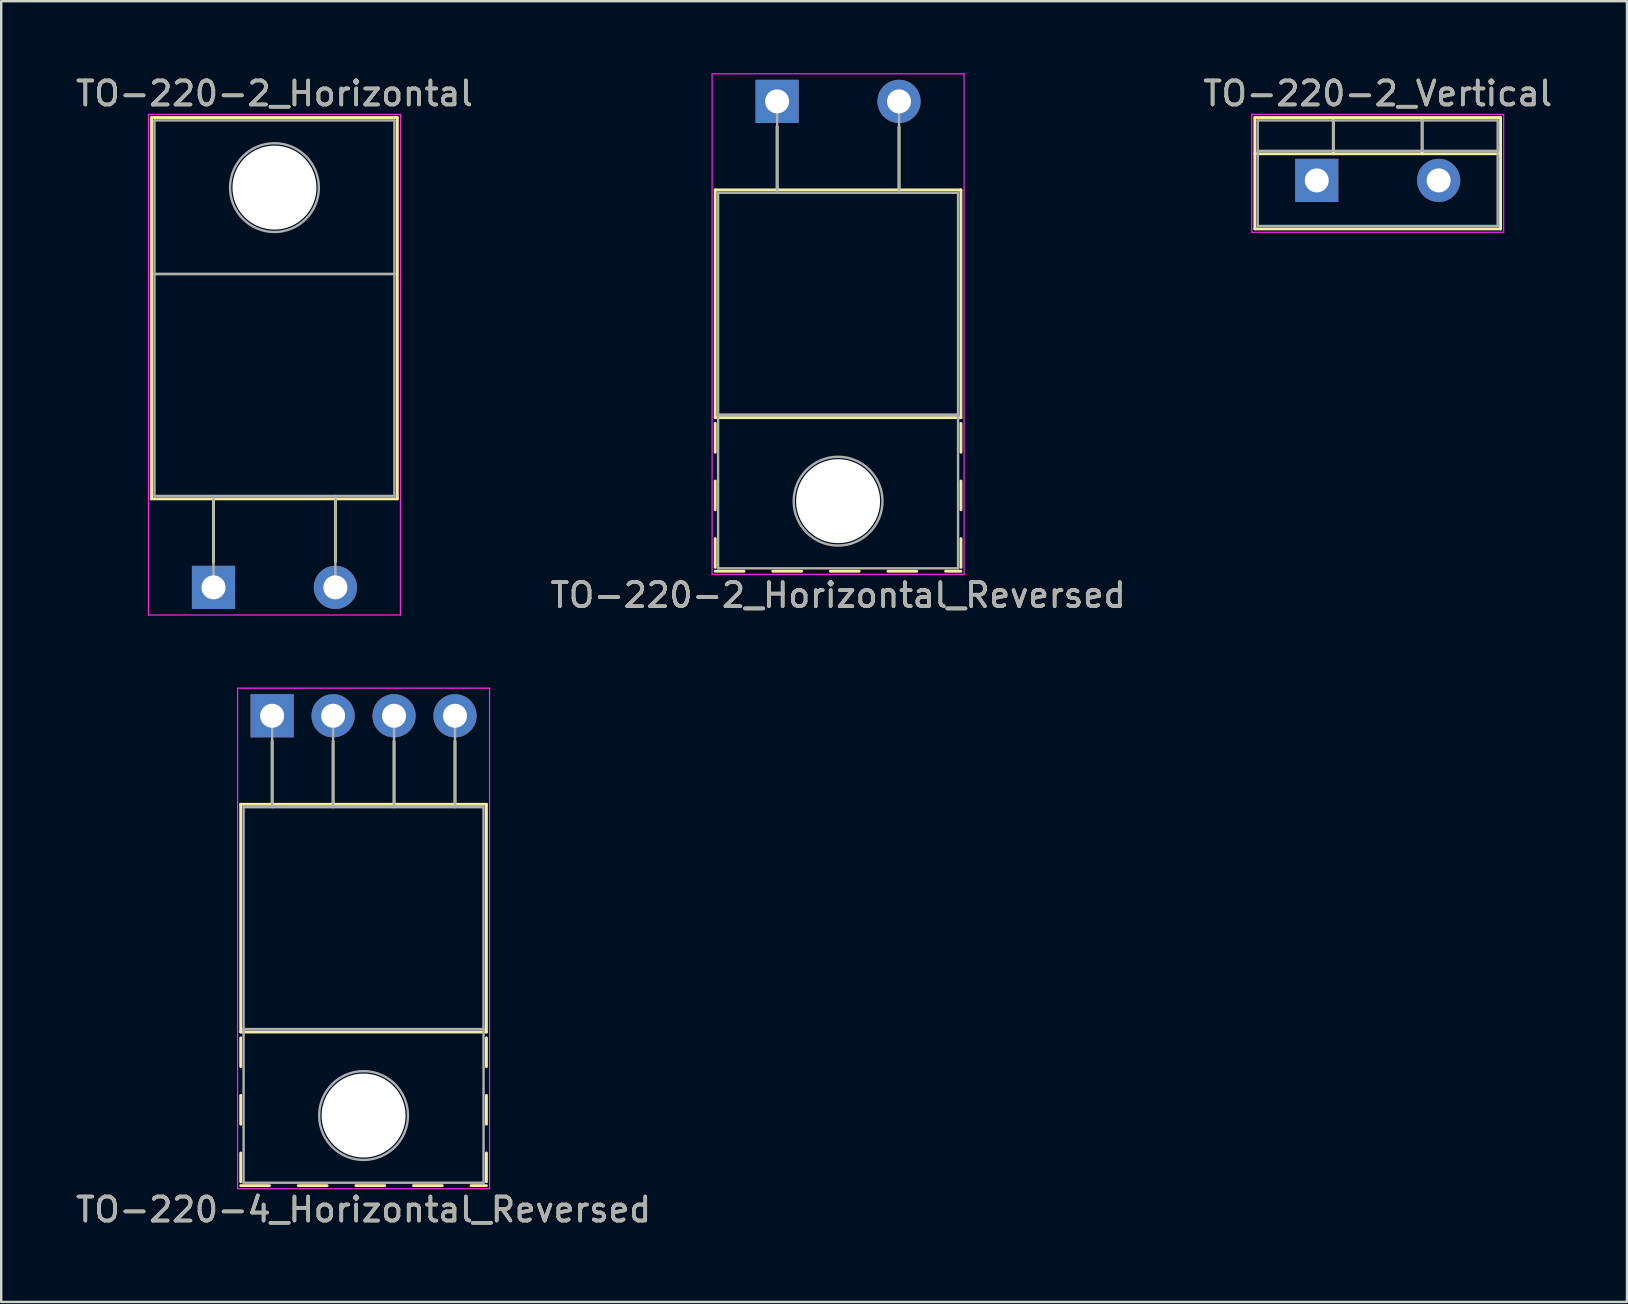
<source format=kicad_pcb>
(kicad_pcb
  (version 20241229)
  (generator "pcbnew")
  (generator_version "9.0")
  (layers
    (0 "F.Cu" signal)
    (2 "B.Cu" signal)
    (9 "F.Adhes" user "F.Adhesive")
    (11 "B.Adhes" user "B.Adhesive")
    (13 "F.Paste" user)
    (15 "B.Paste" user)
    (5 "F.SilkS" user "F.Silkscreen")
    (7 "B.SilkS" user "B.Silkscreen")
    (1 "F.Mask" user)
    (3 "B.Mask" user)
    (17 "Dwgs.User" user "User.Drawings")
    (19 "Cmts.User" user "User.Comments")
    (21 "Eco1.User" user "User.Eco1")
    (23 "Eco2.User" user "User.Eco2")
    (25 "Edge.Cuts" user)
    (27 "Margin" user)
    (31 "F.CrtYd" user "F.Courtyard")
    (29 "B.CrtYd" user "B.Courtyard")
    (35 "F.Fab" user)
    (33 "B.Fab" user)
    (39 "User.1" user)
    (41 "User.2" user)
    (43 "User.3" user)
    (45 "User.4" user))
  (footprint "TO-220-2_Vertical"
    (layer "F.Cu")
    (at 51.823 4.468)
    (property "Reference" "TO-220-2_Vertical" (at 2.54 -3.62 0) (layer "F.SilkS") (effects (font (size 1 1) (thickness 0.15))))
    (attr through_hole)
    (fp_line (start -2.58 -2.62) (end -2.58 2.021) (stroke (width 0.12) (type solid)) (layer "F.SilkS"))
    (fp_line (start -2.58 -2.62) (end 7.66 -2.62) (stroke (width 0.12) (type solid)) (layer "F.SilkS"))
    (fp_line (start -2.58 -1.11) (end 7.66 -1.11) (stroke (width 0.12) (type solid)) (layer "F.SilkS"))
    (fp_line (start -2.58 2.021) (end 7.66 2.021) (stroke (width 0.12) (type solid)) (layer "F.SilkS"))
    (fp_line (start 0.69 -2.62) (end 0.69 -1.11) (stroke (width 0.12) (type solid)) (layer "F.SilkS"))
    (fp_line (start 4.391 -2.62) (end 4.391 -1.11) (stroke (width 0.12) (type solid)) (layer "F.SilkS"))
    (fp_line (start 7.66 -2.62) (end 7.66 2.021) (stroke (width 0.12) (type solid)) (layer "F.SilkS"))
    (fp_line (start -2.71 -2.75) (end -2.71 2.16) (stroke (width 0.05) (type solid)) (layer "F.CrtYd"))
    (fp_line (start -2.71 2.16) (end 7.79 2.16) (stroke (width 0.05) (type solid)) (layer "F.CrtYd"))
    (fp_line (start 7.79 -2.75) (end -2.71 -2.75) (stroke (width 0.05) (type solid)) (layer "F.CrtYd"))
    (fp_line (start 7.79 2.16) (end 7.79 -2.75) (stroke (width 0.05) (type solid)) (layer "F.CrtYd"))
    (fp_line (start -2.46 -2.5) (end -2.46 1.9) (stroke (width 0.1) (type solid)) (layer "F.Fab"))
    (fp_line (start -2.46 -1.23) (end 7.54 -1.23) (stroke (width 0.1) (type solid)) (layer "F.Fab"))
    (fp_line (start -2.46 1.9) (end 7.54 1.9) (stroke (width 0.1) (type solid)) (layer "F.Fab"))
    (fp_line (start 0.69 -2.5) (end 0.69 -1.23) (stroke (width 0.1) (type solid)) (layer "F.Fab"))
    (fp_line (start 4.39 -2.5) (end 4.39 -1.23) (stroke (width 0.1) (type solid)) (layer "F.Fab"))
    (fp_line (start 7.54 -2.5) (end -2.46 -2.5) (stroke (width 0.1) (type solid)) (layer "F.Fab"))
    (fp_line (start 7.54 1.9) (end 7.54 -2.5) (stroke (width 0.1) (type solid)) (layer "F.Fab"))
    (fp_text user "${REFERENCE}" (at 2.54 -3.62 0) (layer "F.Fab") (effects (font (size 1 1) (thickness 0.15))))
    (pad "1" thru_hole rect (at 0 0) (size 1.8 1.8) (drill 1) (layers "*.Cu" "*.Mask"))
    (pad "2" thru_hole oval (at 5.08 0) (size 1.8 1.8) (drill 1) (layers "*.Cu" "*.Mask")))
  (footprint "TO-220-2_Horizontal_Reversed"
    (layer "F.Cu")
    (at 29.335 1.175)
    (property "Reference" "TO-220-2_Horizontal_Reversed" (at 2.54 20.58 0) (layer "F.SilkS") (effects (font (size 1 1) (thickness 0.15))))
    (attr through_hole)
    (fp_line (start -2.58 3.69) (end -2.58 13.18) (stroke (width 0.12) (type solid)) (layer "F.SilkS"))
    (fp_line (start -2.58 3.69) (end 7.66 3.69) (stroke (width 0.12) (type solid)) (layer "F.SilkS"))
    (fp_line (start -2.58 13.18) (end 7.66 13.18) (stroke (width 0.12) (type solid)) (layer "F.SilkS"))
    (fp_line (start -2.58 13.42) (end -2.58 14.62) (stroke (width 0.12) (type solid)) (layer "F.SilkS"))
    (fp_line (start -2.58 15.82) (end -2.58 17.02) (stroke (width 0.12) (type solid)) (layer "F.SilkS"))
    (fp_line (start -2.58 18.22) (end -2.58 19.42) (stroke (width 0.12) (type solid)) (layer "F.SilkS"))
    (fp_line (start -2.58 19.58) (end -1.38 19.58) (stroke (width 0.12) (type solid)) (layer "F.SilkS"))
    (fp_line (start -0.181 19.58) (end 1.02 19.58) (stroke (width 0.12) (type solid)) (layer "F.SilkS"))
    (fp_line (start 0 1.05) (end 0 3.69) (stroke (width 0.12) (type solid)) (layer "F.SilkS"))
    (fp_line (start 2.22 19.58) (end 3.42 19.58) (stroke (width 0.12) (type solid)) (layer "F.SilkS"))
    (fp_line (start 4.62 19.58) (end 5.82 19.58) (stroke (width 0.12) (type solid)) (layer "F.SilkS"))
    (fp_line (start 5.08 1.066) (end 5.08 3.69) (stroke (width 0.12) (type solid)) (layer "F.SilkS"))
    (fp_line (start 7.02 19.58) (end 7.66 19.58) (stroke (width 0.12) (type solid)) (layer "F.SilkS"))
    (fp_line (start 7.66 3.69) (end 7.66 13.18) (stroke (width 0.12) (type solid)) (layer "F.SilkS"))
    (fp_line (start 7.66 13.42) (end 7.66 14.62) (stroke (width 0.12) (type solid)) (layer "F.SilkS"))
    (fp_line (start 7.66 15.82) (end 7.66 17.02) (stroke (width 0.12) (type solid)) (layer "F.SilkS"))
    (fp_line (start 7.66 18.22) (end 7.66 19.42) (stroke (width 0.12) (type solid)) (layer "F.SilkS"))
    (fp_line (start -2.71 -1.15) (end -2.71 19.71) (stroke (width 0.05) (type solid)) (layer "F.CrtYd"))
    (fp_line (start -2.71 19.71) (end 7.79 19.71) (stroke (width 0.05) (type solid)) (layer "F.CrtYd"))
    (fp_line (start 7.79 -1.15) (end -2.71 -1.15) (stroke (width 0.05) (type solid)) (layer "F.CrtYd"))
    (fp_line (start 7.79 19.71) (end 7.79 -1.15) (stroke (width 0.05) (type solid)) (layer "F.CrtYd"))
    (fp_line (start -2.46 3.81) (end -2.46 13.06) (stroke (width 0.1) (type solid)) (layer "F.Fab"))
    (fp_line (start -2.46 13.06) (end -2.46 19.46) (stroke (width 0.1) (type solid)) (layer "F.Fab"))
    (fp_line (start -2.46 13.06) (end 7.54 13.06) (stroke (width 0.1) (type solid)) (layer "F.Fab"))
    (fp_line (start -2.46 19.46) (end 7.54 19.46) (stroke (width 0.1) (type solid)) (layer "F.Fab"))
    (fp_line (start 0 3.81) (end 0 0) (stroke (width 0.1) (type solid)) (layer "F.Fab"))
    (fp_line (start 5.08 3.81) (end 5.08 0) (stroke (width 0.1) (type solid)) (layer "F.Fab"))
    (fp_line (start 7.54 3.81) (end -2.46 3.81) (stroke (width 0.1) (type solid)) (layer "F.Fab"))
    (fp_line (start 7.54 13.06) (end -2.46 13.06) (stroke (width 0.1) (type solid)) (layer "F.Fab"))
    (fp_line (start 7.54 13.06) (end 7.54 3.81) (stroke (width 0.1) (type solid)) (layer "F.Fab"))
    (fp_line (start 7.54 19.46) (end 7.54 13.06) (stroke (width 0.1) (type solid)) (layer "F.Fab"))
    (fp_circle (center 2.54 16.66) (end 4.39 16.66) (stroke (width 0.1) (type solid)) (fill no) (layer "F.Fab"))
    (fp_text user "${REFERENCE}" (at 2.54 20.58 0) (layer "F.Fab") (effects (font (size 1 1) (thickness 0.15))))
    (pad "" np_thru_hole oval (at 2.54 16.66) (size 3.5 3.5) (drill 3.5) (layers "*.Cu" "*.Mask"))
    (pad "1" thru_hole rect (at 0 0) (size 1.8 1.8) (drill 1) (layers "*.Cu" "*.Mask"))
    (pad "2" thru_hole oval (at 5.08 0) (size 1.8 1.8) (drill 1) (layers "*.Cu" "*.Mask")))
  (footprint "TO-220-2_Horizontal"
    (layer "F.Cu")
    (at 5.847 21.428)
    (property "Reference" "TO-220-2_Horizontal" (at 2.54 -20.58 0) (layer "F.SilkS") (effects (font (size 1 1) (thickness 0.15))))
    (attr through_hole)
    (fp_line (start -2.58 -19.58) (end -2.58 -3.69) (stroke (width 0.12) (type solid)) (layer "F.SilkS"))
    (fp_line (start -2.58 -19.58) (end 7.66 -19.58) (stroke (width 0.12) (type solid)) (layer "F.SilkS"))
    (fp_line (start -2.58 -3.69) (end 7.66 -3.69) (stroke (width 0.12) (type solid)) (layer "F.SilkS"))
    (fp_line (start 0 -3.69) (end 0 -1.05) (stroke (width 0.12) (type solid)) (layer "F.SilkS"))
    (fp_line (start 5.08 -3.69) (end 5.08 -1.066) (stroke (width 0.12) (type solid)) (layer "F.SilkS"))
    (fp_line (start 7.66 -19.58) (end 7.66 -3.69) (stroke (width 0.12) (type solid)) (layer "F.SilkS"))
    (fp_line (start -2.71 -19.71) (end -2.71 1.15) (stroke (width 0.05) (type solid)) (layer "F.CrtYd"))
    (fp_line (start -2.71 1.15) (end 7.79 1.15) (stroke (width 0.05) (type solid)) (layer "F.CrtYd"))
    (fp_line (start 7.79 -19.71) (end -2.71 -19.71) (stroke (width 0.05) (type solid)) (layer "F.CrtYd"))
    (fp_line (start 7.79 1.15) (end 7.79 -19.71) (stroke (width 0.05) (type solid)) (layer "F.CrtYd"))
    (fp_line (start -2.46 -19.46) (end 7.54 -19.46) (stroke (width 0.1) (type solid)) (layer "F.Fab"))
    (fp_line (start -2.46 -13.06) (end -2.46 -19.46) (stroke (width 0.1) (type solid)) (layer "F.Fab"))
    (fp_line (start -2.46 -13.06) (end 7.54 -13.06) (stroke (width 0.1) (type solid)) (layer "F.Fab"))
    (fp_line (start -2.46 -3.81) (end -2.46 -13.06) (stroke (width 0.1) (type solid)) (layer "F.Fab"))
    (fp_line (start 0 -3.81) (end 0 0) (stroke (width 0.1) (type solid)) (layer "F.Fab"))
    (fp_line (start 5.08 -3.81) (end 5.08 0) (stroke (width 0.1) (type solid)) (layer "F.Fab"))
    (fp_line (start 7.54 -19.46) (end 7.54 -13.06) (stroke (width 0.1) (type solid)) (layer "F.Fab"))
    (fp_line (start 7.54 -13.06) (end -2.46 -13.06) (stroke (width 0.1) (type solid)) (layer "F.Fab"))
    (fp_line (start 7.54 -13.06) (end 7.54 -3.81) (stroke (width 0.1) (type solid)) (layer "F.Fab"))
    (fp_line (start 7.54 -3.81) (end -2.46 -3.81) (stroke (width 0.1) (type solid)) (layer "F.Fab"))
    (fp_circle (center 2.54 -16.66) (end 4.39 -16.66) (stroke (width 0.1) (type solid)) (fill no) (layer "F.Fab"))
    (fp_text user "${REFERENCE}" (at 2.54 -20.58 0) (layer "F.Fab") (effects (font (size 1 1) (thickness 0.15))))
    (pad "" np_thru_hole oval (at 2.54 -16.66) (size 3.5 3.5) (drill 3.5) (layers "*.Cu" "*.Mask"))
    (pad "1" thru_hole rect (at 0 0) (size 1.8 1.8) (drill 1) (layers "*.Cu" "*.Mask"))
    (pad "2" thru_hole oval (at 5.08 0) (size 1.8 1.8) (drill 1) (layers "*.Cu" "*.Mask")))
  (footprint "TO-220-4_Horizontal_Reversed"
    (layer "F.Cu")
    (at 8.291 26.778)
    (property "Reference" "TO-220-4_Horizontal_Reversed" (at 3.81 20.58 0) (layer "F.SilkS") (effects (font (size 1 1) (thickness 0.15))))
    (attr through_hole)
    (fp_line (start -1.31 3.69) (end -1.31 13.18) (stroke (width 0.12) (type solid)) (layer "F.SilkS"))
    (fp_line (start -1.31 3.69) (end 8.93 3.69) (stroke (width 0.12) (type solid)) (layer "F.SilkS"))
    (fp_line (start -1.31 13.18) (end 8.93 13.18) (stroke (width 0.12) (type solid)) (layer "F.SilkS"))
    (fp_line (start -1.31 13.42) (end -1.31 14.62) (stroke (width 0.12) (type solid)) (layer "F.SilkS"))
    (fp_line (start -1.31 15.82) (end -1.31 17.02) (stroke (width 0.12) (type solid)) (layer "F.SilkS"))
    (fp_line (start -1.31 18.22) (end -1.31 19.42) (stroke (width 0.12) (type solid)) (layer "F.SilkS"))
    (fp_line (start -1.31 19.58) (end -0.111 19.58) (stroke (width 0.12) (type solid)) (layer "F.SilkS"))
    (fp_line (start 0 1.05) (end 0 3.69) (stroke (width 0.12) (type solid)) (layer "F.SilkS"))
    (fp_line (start 1.09 19.58) (end 2.29 19.58) (stroke (width 0.12) (type solid)) (layer "F.SilkS"))
    (fp_line (start 2.54 1.066) (end 2.54 3.69) (stroke (width 0.12) (type solid)) (layer "F.SilkS"))
    (fp_line (start 3.49 19.58) (end 4.69 19.58) (stroke (width 0.12) (type solid)) (layer "F.SilkS"))
    (fp_line (start 5.08 1.066) (end 5.08 3.69) (stroke (width 0.12) (type solid)) (layer "F.SilkS"))
    (fp_line (start 5.89 19.58) (end 7.091 19.58) (stroke (width 0.12) (type solid)) (layer "F.SilkS"))
    (fp_line (start 7.62 1.066) (end 7.62 3.69) (stroke (width 0.12) (type solid)) (layer "F.SilkS"))
    (fp_line (start 8.29 19.58) (end 8.93 19.58) (stroke (width 0.12) (type solid)) (layer "F.SilkS"))
    (fp_line (start 8.93 3.69) (end 8.93 13.18) (stroke (width 0.12) (type solid)) (layer "F.SilkS"))
    (fp_line (start 8.93 13.42) (end 8.93 14.62) (stroke (width 0.12) (type solid)) (layer "F.SilkS"))
    (fp_line (start 8.93 15.82) (end 8.93 17.02) (stroke (width 0.12) (type solid)) (layer "F.SilkS"))
    (fp_line (start 8.93 18.22) (end 8.93 19.42) (stroke (width 0.12) (type solid)) (layer "F.SilkS"))
    (fp_line (start -1.44 -1.15) (end -1.44 19.71) (stroke (width 0.05) (type solid)) (layer "F.CrtYd"))
    (fp_line (start -1.44 19.71) (end 9.06 19.71) (stroke (width 0.05) (type solid)) (layer "F.CrtYd"))
    (fp_line (start 9.06 -1.15) (end -1.44 -1.15) (stroke (width 0.05) (type solid)) (layer "F.CrtYd"))
    (fp_line (start 9.06 19.71) (end 9.06 -1.15) (stroke (width 0.05) (type solid)) (layer "F.CrtYd"))
    (fp_line (start -1.19 3.81) (end -1.19 13.06) (stroke (width 0.1) (type solid)) (layer "F.Fab"))
    (fp_line (start -1.19 13.06) (end -1.19 19.46) (stroke (width 0.1) (type solid)) (layer "F.Fab"))
    (fp_line (start -1.19 13.06) (end 8.81 13.06) (stroke (width 0.1) (type solid)) (layer "F.Fab"))
    (fp_line (start -1.19 19.46) (end 8.81 19.46) (stroke (width 0.1) (type solid)) (layer "F.Fab"))
    (fp_line (start 0 3.81) (end 0 0) (stroke (width 0.1) (type solid)) (layer "F.Fab"))
    (fp_line (start 2.54 3.81) (end 2.54 0) (stroke (width 0.1) (type solid)) (layer "F.Fab"))
    (fp_line (start 5.08 3.81) (end 5.08 0) (stroke (width 0.1) (type solid)) (layer "F.Fab"))
    (fp_line (start 7.62 3.81) (end 7.62 0) (stroke (width 0.1) (type solid)) (layer "F.Fab"))
    (fp_line (start 8.81 3.81) (end -1.19 3.81) (stroke (width 0.1) (type solid)) (layer "F.Fab"))
    (fp_line (start 8.81 13.06) (end -1.19 13.06) (stroke (width 0.1) (type solid)) (layer "F.Fab"))
    (fp_line (start 8.81 13.06) (end 8.81 3.81) (stroke (width 0.1) (type solid)) (layer "F.Fab"))
    (fp_line (start 8.81 19.46) (end 8.81 13.06) (stroke (width 0.1) (type solid)) (layer "F.Fab"))
    (fp_circle (center 3.81 16.66) (end 5.66 16.66) (stroke (width 0.1) (type solid)) (fill no) (layer "F.Fab"))
    (fp_text user "${REFERENCE}" (at 3.81 20.58 0) (layer "F.Fab") (effects (font (size 1 1) (thickness 0.15))))
    (pad "" np_thru_hole oval (at 3.81 16.66) (size 3.5 3.5) (drill 3.5) (layers "*.Cu" "*.Mask"))
    (pad "1" thru_hole rect (at 0 0) (size 1.8 1.8) (drill 1) (layers "*.Cu" "*.Mask"))
    (pad "2" thru_hole oval (at 2.54 0) (size 1.8 1.8) (drill 1) (layers "*.Cu" "*.Mask"))
    (pad "3" thru_hole oval (at 5.08 0) (size 1.8 1.8) (drill 1) (layers "*.Cu" "*.Mask"))
    (pad "4" thru_hole oval (at 7.62 0) (size 1.8 1.8) (drill 1) (layers "*.Cu" "*.Mask")))
  (gr_rect
    (start -3 -3)
    (end 64.75 51.206)
    (stroke (width 0.1) (type default))
    (fill no)
    (layer "Edge.Cuts")))
</source>
